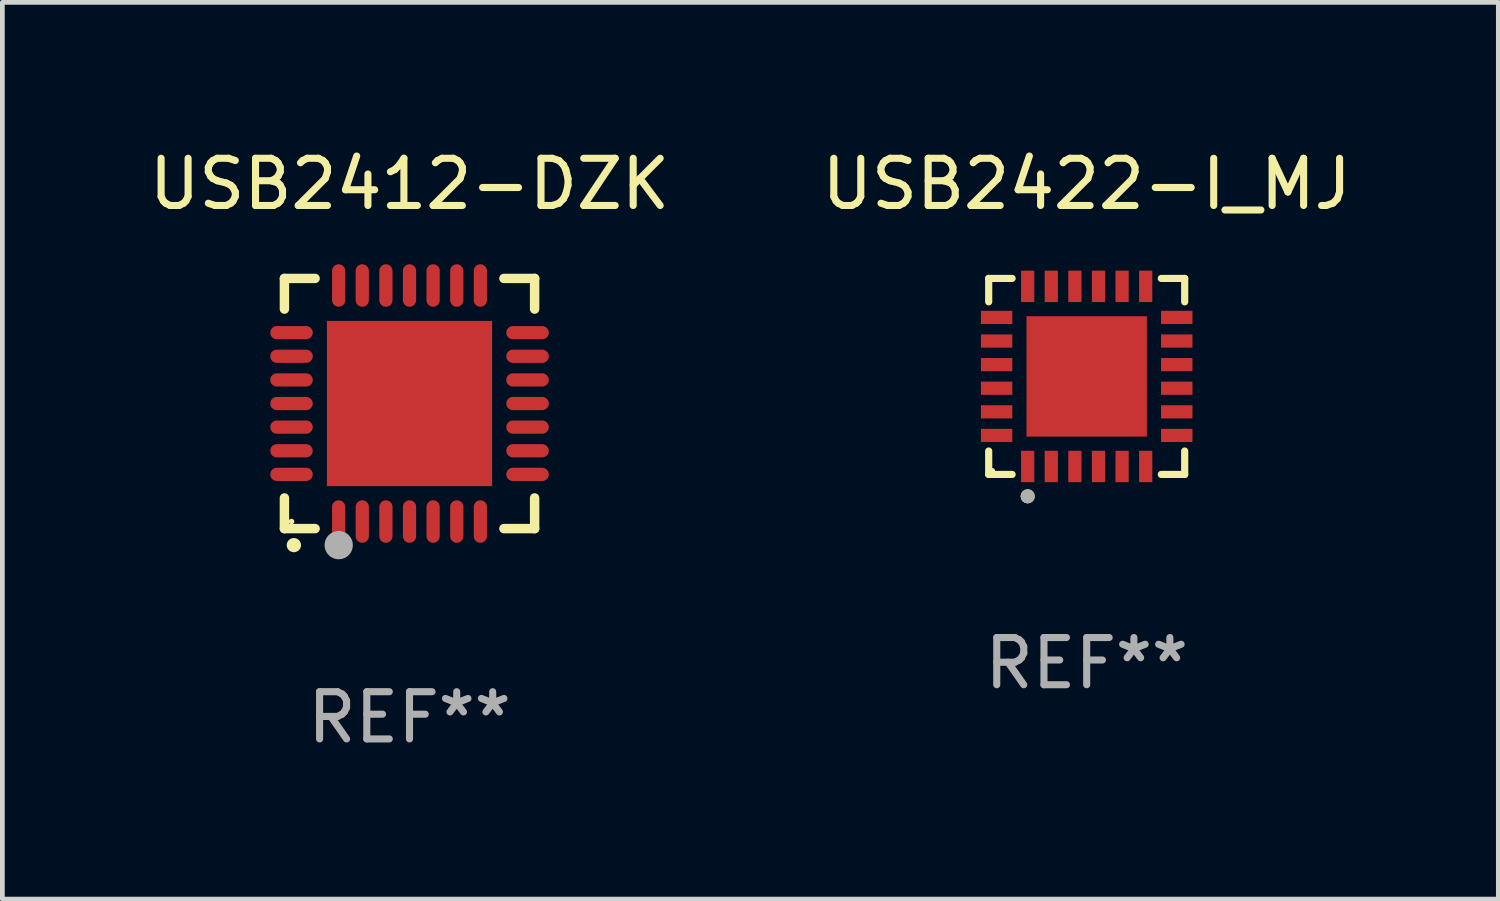
<source format=kicad_pcb>
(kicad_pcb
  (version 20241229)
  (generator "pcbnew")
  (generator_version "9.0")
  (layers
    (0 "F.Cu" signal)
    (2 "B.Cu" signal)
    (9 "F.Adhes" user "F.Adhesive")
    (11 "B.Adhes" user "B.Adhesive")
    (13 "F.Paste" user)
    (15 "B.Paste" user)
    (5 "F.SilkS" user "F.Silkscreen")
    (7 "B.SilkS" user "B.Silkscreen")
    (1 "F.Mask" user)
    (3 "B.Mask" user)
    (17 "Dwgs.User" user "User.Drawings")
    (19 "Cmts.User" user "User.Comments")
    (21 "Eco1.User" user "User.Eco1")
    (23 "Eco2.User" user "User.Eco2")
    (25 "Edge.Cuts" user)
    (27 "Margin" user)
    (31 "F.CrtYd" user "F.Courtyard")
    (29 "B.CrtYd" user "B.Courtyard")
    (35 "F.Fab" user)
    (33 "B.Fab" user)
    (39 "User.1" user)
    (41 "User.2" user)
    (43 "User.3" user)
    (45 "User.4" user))
  (footprint "USB2422-I_MJ"
    (layer "F.Cu")
    (at 19.97 4.924)
    (property "Reference" "USB2422-I_MJ" (at 0 -4.076 0) (layer "F.SilkS") (effects (font (size 1 1) (thickness 0.15))))
    (attr through_hole)
    (fp_line (start -2.076 -2.076) (end -1.58 -2.076) (stroke (width 0.152) (type solid)) (layer "F.SilkS"))
    (fp_line (start -2.076 -1.58) (end -2.076 -2.076) (stroke (width 0.152) (type solid)) (layer "F.SilkS"))
    (fp_line (start -2.076 1.58) (end -2.076 2.076) (stroke (width 0.152) (type solid)) (layer "F.SilkS"))
    (fp_line (start -2.076 2.076) (end -1.58 2.076) (stroke (width 0.152) (type solid)) (layer "F.SilkS"))
    (fp_line (start 2.076 -2.076) (end 1.58 -2.076) (stroke (width 0.152) (type solid)) (layer "F.SilkS"))
    (fp_line (start 2.076 -1.58) (end 2.076 -2.076) (stroke (width 0.152) (type solid)) (layer "F.SilkS"))
    (fp_line (start 2.076 1.58) (end 2.076 2.076) (stroke (width 0.152) (type solid)) (layer "F.SilkS"))
    (fp_line (start 2.076 2.076) (end 1.58 2.076) (stroke (width 0.152) (type solid)) (layer "F.SilkS"))
    (fp_circle (center -2 2) (end -1.97 2) (stroke (width 0.06) (type solid)) (fill no) (layer "F.SilkS"))
    (fp_circle (center -1.25 2.54) (end -1.175 2.54) (stroke (width 0.15) (type solid)) (fill no) (layer "F.SilkS"))
    (fp_circle (center -1.25 2.54) (end -1.175 2.54) (stroke (width 0.15) (type solid)) (fill no) (layer "F.Fab"))
    (fp_text user "REF**" (at 0 6.076 0) (layer "F.Fab") (effects (font (size 1 1) (thickness 0.15))))
    (pad "1" smd rect (at -1.25 1.908) (size 0.28 0.665) (layers "F.Cu" "F.Mask" "F.Paste"))
    (pad "2" smd rect (at -0.75 1.908) (size 0.28 0.665) (layers "F.Cu" "F.Mask" "F.Paste"))
    (pad "3" smd rect (at -0.25 1.908) (size 0.28 0.665) (layers "F.Cu" "F.Mask" "F.Paste"))
    (pad "4" smd rect (at 0.25 1.908) (size 0.28 0.665) (layers "F.Cu" "F.Mask" "F.Paste"))
    (pad "5" smd rect (at 0.75 1.908) (size 0.28 0.665) (layers "F.Cu" "F.Mask" "F.Paste"))
    (pad "6" smd rect (at 1.25 1.908) (size 0.28 0.665) (layers "F.Cu" "F.Mask" "F.Paste"))
    (pad "7" smd rect (at 1.908 1.25) (size 0.665 0.28) (layers "F.Cu" "F.Mask" "F.Paste"))
    (pad "8" smd rect (at 1.908 0.75) (size 0.665 0.28) (layers "F.Cu" "F.Mask" "F.Paste"))
    (pad "9" smd rect (at 1.908 0.25) (size 0.665 0.28) (layers "F.Cu" "F.Mask" "F.Paste"))
    (pad "10" smd rect (at 1.908 -0.25) (size 0.665 0.28) (layers "F.Cu" "F.Mask" "F.Paste"))
    (pad "11" smd rect (at 1.908 -0.75) (size 0.665 0.28) (layers "F.Cu" "F.Mask" "F.Paste"))
    (pad "12" smd rect (at 1.908 -1.25) (size 0.665 0.28) (layers "F.Cu" "F.Mask" "F.Paste"))
    (pad "13" smd rect (at 1.25 -1.908) (size 0.28 0.665) (layers "F.Cu" "F.Mask" "F.Paste"))
    (pad "14" smd rect (at 0.75 -1.908) (size 0.28 0.665) (layers "F.Cu" "F.Mask" "F.Paste"))
    (pad "15" smd rect (at 0.25 -1.908) (size 0.28 0.665) (layers "F.Cu" "F.Mask" "F.Paste"))
    (pad "16" smd rect (at -0.25 -1.908) (size 0.28 0.665) (layers "F.Cu" "F.Mask" "F.Paste"))
    (pad "17" smd rect (at -0.75 -1.908) (size 0.28 0.665) (layers "F.Cu" "F.Mask" "F.Paste"))
    (pad "18" smd rect (at -1.25 -1.908) (size 0.28 0.665) (layers "F.Cu" "F.Mask" "F.Paste"))
    (pad "19" smd rect (at -1.908 -1.25) (size 0.665 0.28) (layers "F.Cu" "F.Mask" "F.Paste"))
    (pad "20" smd rect (at -1.908 -0.75) (size 0.665 0.28) (layers "F.Cu" "F.Mask" "F.Paste"))
    (pad "21" smd rect (at -1.908 -0.25) (size 0.665 0.28) (layers "F.Cu" "F.Mask" "F.Paste"))
    (pad "22" smd rect (at -1.908 0.25) (size 0.665 0.28) (layers "F.Cu" "F.Mask" "F.Paste"))
    (pad "23" smd rect (at -1.908 0.75) (size 0.665 0.28) (layers "F.Cu" "F.Mask" "F.Paste"))
    (pad "24" smd rect (at -1.908 1.25) (size 0.665 0.28) (layers "F.Cu" "F.Mask" "F.Paste"))
    (pad "25" smd rect (at 0 0) (size 2.55 2.55) (layers "F.Cu" "F.Mask" "F.Paste")))
  (footprint "USB2412-DZK"
    (layer "F.Cu")
    (at 5.625 5.498)
    (property "Reference" "USB2412-DZK" (at 0 -4.65 0) (layer "F.SilkS") (effects (font (size 1 1) (thickness 0.15))))
    (attr through_hole)
    (fp_line (start -2.65 -2.65) (end -2.65 -2) (stroke (width 0.2) (type solid)) (layer "F.SilkS"))
    (fp_line (start -2.65 2.65) (end -2.65 2) (stroke (width 0.2) (type solid)) (layer "F.SilkS"))
    (fp_line (start -2 -2.65) (end -2.65 -2.65) (stroke (width 0.2) (type solid)) (layer "F.SilkS"))
    (fp_line (start -2 2.65) (end -2.65 2.65) (stroke (width 0.2) (type solid)) (layer "F.SilkS"))
    (fp_line (start 2 2.65) (end 2.65 2.65) (stroke (width 0.2) (type solid)) (layer "F.SilkS"))
    (fp_line (start 2.65 -2.65) (end 2 -2.65) (stroke (width 0.2) (type solid)) (layer "F.SilkS"))
    (fp_line (start 2.65 -2) (end 2.65 -2.65) (stroke (width 0.2) (type solid)) (layer "F.SilkS"))
    (fp_line (start 2.65 2.65) (end 2.65 2) (stroke (width 0.2) (type solid)) (layer "F.SilkS"))
    (fp_arc (start -2.451105 2.999746) (mid -2.449835 2.999741) (end -2.448565 2.999746) (stroke (width 0.3) (type solid)) (layer "F.SilkS"))
    (fp_circle (center -2.5 2.5) (end -2.47 2.5) (stroke (width 0.06) (type solid)) (fill no) (layer "F.SilkS"))
    (fp_circle (center -1.5 3) (end -1.35 3) (stroke (width 0.3) (type solid)) (fill no) (layer "F.Fab"))
    (fp_text user "REF**" (at 0 6.65 0) (layer "F.Fab") (effects (font (size 1 1) (thickness 0.15))))
    (pad "1" smd oval (at -1.501 2.5 180) (size 0.28 0.9) (layers "F.Cu" "F.Mask" "F.Paste"))
    (pad "2" smd oval (at -1.001 2.5 180) (size 0.28 0.9) (layers "F.Cu" "F.Mask" "F.Paste"))
    (pad "3" smd oval (at -0.5 2.5 180) (size 0.28 0.9) (layers "F.Cu" "F.Mask" "F.Paste"))
    (pad "4" smd oval (at 0.000076 2.5 180) (size 0.28 0.9) (layers "F.Cu" "F.Mask" "F.Paste"))
    (pad "5" smd oval (at 0.5 2.5 180) (size 0.28 0.9) (layers "F.Cu" "F.Mask" "F.Paste"))
    (pad "6" smd oval (at 1.001 2.5 180) (size 0.28 0.9) (layers "F.Cu" "F.Mask" "F.Paste"))
    (pad "7" smd oval (at 1.501 2.5 180) (size 0.28 0.9) (layers "F.Cu" "F.Mask" "F.Paste"))
    (pad "8" smd oval (at 2.5 1.501 90) (size 0.28 0.9) (layers "F.Cu" "F.Mask" "F.Paste"))
    (pad "9" smd oval (at 2.5 1.001 90) (size 0.28 0.9) (layers "F.Cu" "F.Mask" "F.Paste"))
    (pad "10" smd oval (at 2.5 0.5 90) (size 0.28 0.9) (layers "F.Cu" "F.Mask" "F.Paste"))
    (pad "11" smd oval (at 2.5 0.000076 90) (size 0.28 0.9) (layers "F.Cu" "F.Mask" "F.Paste"))
    (pad "12" smd oval (at 2.5 -0.5 90) (size 0.28 0.9) (layers "F.Cu" "F.Mask" "F.Paste"))
    (pad "13" smd oval (at 2.5 -1.001 90) (size 0.28 0.9) (layers "F.Cu" "F.Mask" "F.Paste"))
    (pad "14" smd oval (at 2.5 -1.501 90) (size 0.28 0.9) (layers "F.Cu" "F.Mask" "F.Paste"))
    (pad "15" smd oval (at 1.501 -2.5 180) (size 0.28 0.9) (layers "F.Cu" "F.Mask" "F.Paste"))
    (pad "16" smd oval (at 1.001 -2.5 180) (size 0.28 0.9) (layers "F.Cu" "F.Mask" "F.Paste"))
    (pad "17" smd oval (at 0.5 -2.5 180) (size 0.28 0.9) (layers "F.Cu" "F.Mask" "F.Paste"))
    (pad "18" smd oval (at 0.000076 -2.5 180) (size 0.28 0.9) (layers "F.Cu" "F.Mask" "F.Paste"))
    (pad "19" smd oval (at -0.5 -2.5 180) (size 0.28 0.9) (layers "F.Cu" "F.Mask" "F.Paste"))
    (pad "20" smd oval (at -1.001 -2.5 180) (size 0.28 0.9) (layers "F.Cu" "F.Mask" "F.Paste"))
    (pad "21" smd oval (at -1.501 -2.5 180) (size 0.28 0.9) (layers "F.Cu" "F.Mask" "F.Paste"))
    (pad "22" smd oval (at -2.5 -1.501 90) (size 0.28 0.9) (layers "F.Cu" "F.Mask" "F.Paste"))
    (pad "23" smd oval (at -2.5 -1.001 90) (size 0.28 0.9) (layers "F.Cu" "F.Mask" "F.Paste"))
    (pad "24" smd oval (at -2.5 -0.5 90) (size 0.28 0.9) (layers "F.Cu" "F.Mask" "F.Paste"))
    (pad "25" smd oval (at -2.5 0.000076 90) (size 0.28 0.9) (layers "F.Cu" "F.Mask" "F.Paste"))
    (pad "26" smd oval (at -2.5 0.5 90) (size 0.28 0.9) (layers "F.Cu" "F.Mask" "F.Paste"))
    (pad "27" smd oval (at -2.5 1.001 90) (size 0.28 0.9) (layers "F.Cu" "F.Mask" "F.Paste"))
    (pad "28" smd oval (at -2.5 1.501 90) (size 0.28 0.9) (layers "F.Cu" "F.Mask" "F.Paste"))
    (pad "29" smd rect (at 0.000076 0.000076 90) (size 3.5 3.5) (layers "F.Cu" "F.Mask" "F.Paste")))
  (gr_rect
    (start -3 -3)
    (end 28.69 15.996)
    (stroke (width 0.1) (type default))
    (fill no)
    (layer "Edge.Cuts")))
</source>
